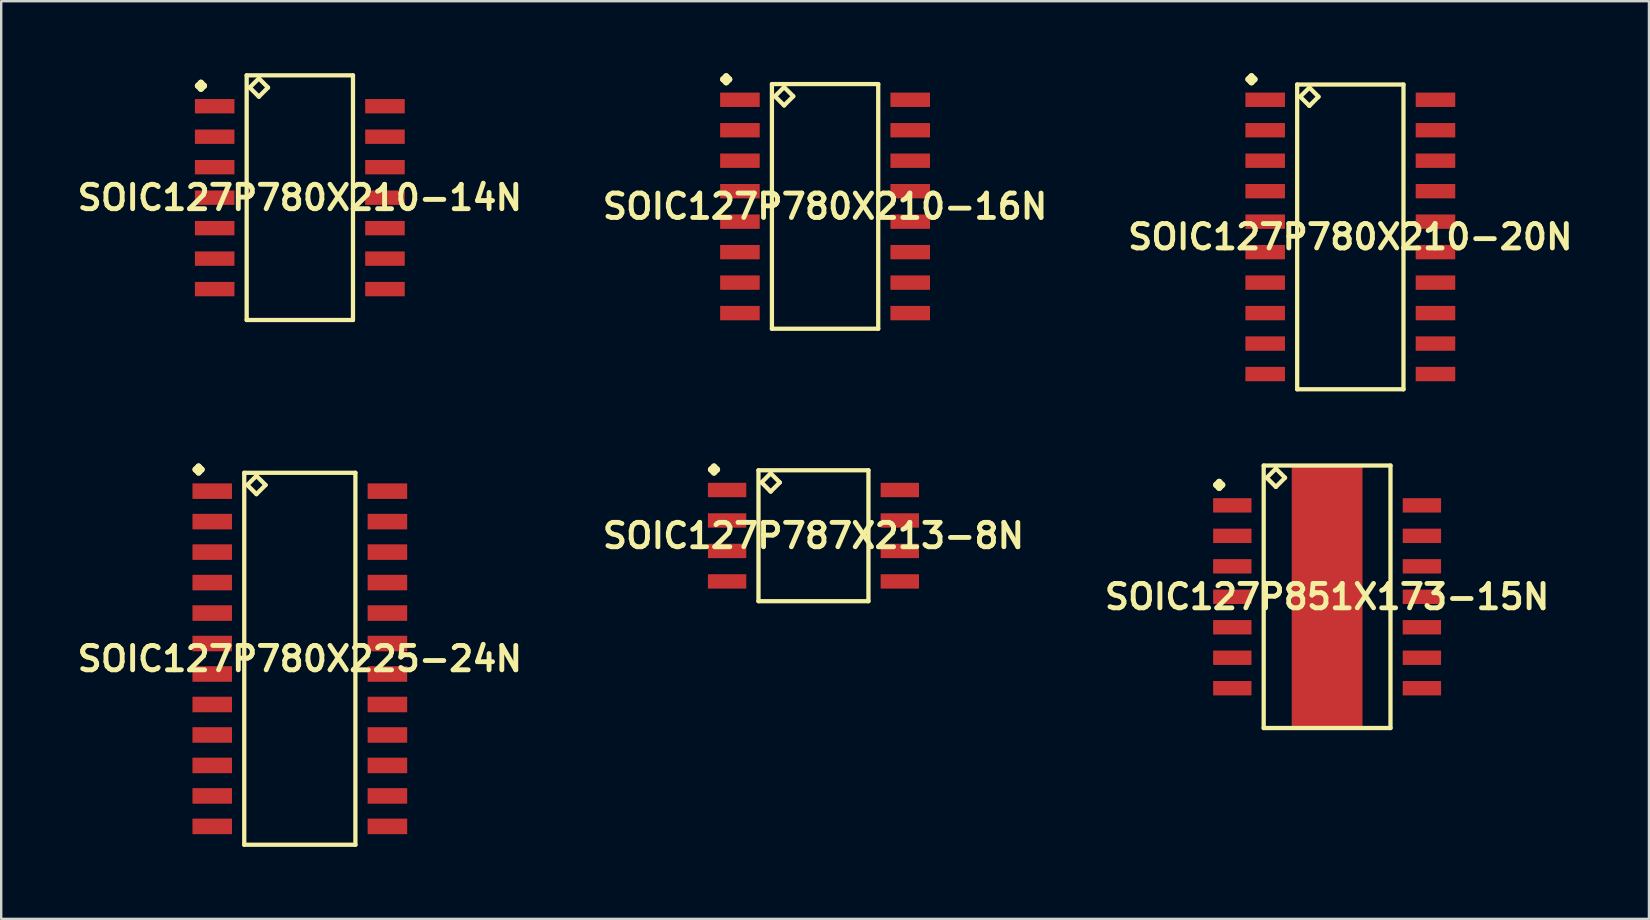
<source format=kicad_pcb>
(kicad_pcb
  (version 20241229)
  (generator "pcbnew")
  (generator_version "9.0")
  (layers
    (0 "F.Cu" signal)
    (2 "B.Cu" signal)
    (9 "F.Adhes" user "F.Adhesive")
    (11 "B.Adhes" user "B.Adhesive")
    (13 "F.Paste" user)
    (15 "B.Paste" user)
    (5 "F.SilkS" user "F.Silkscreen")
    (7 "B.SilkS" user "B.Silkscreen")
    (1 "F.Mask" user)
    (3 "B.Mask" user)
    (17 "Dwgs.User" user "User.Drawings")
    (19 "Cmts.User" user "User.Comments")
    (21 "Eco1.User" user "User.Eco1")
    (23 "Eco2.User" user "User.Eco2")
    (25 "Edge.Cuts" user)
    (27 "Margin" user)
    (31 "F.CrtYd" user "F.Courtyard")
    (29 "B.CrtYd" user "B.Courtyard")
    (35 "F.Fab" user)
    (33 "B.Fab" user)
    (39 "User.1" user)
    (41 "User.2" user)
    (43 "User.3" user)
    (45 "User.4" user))
  (footprint "SOIC127P780X225-24N"
    (layer "F.Cu")
    (at 9.444 24.402)
    (property "Reference" "SOIC127P780X225-24N" (at 0 0 0) (layer "F.SilkS") (effects (font (size 1.016 1.016) (thickness 0.203))))
    (attr smd)
    (fp_line (start -4.346 -7.887) (end -4.219 -8.014) (stroke (width 0.254) (type solid)) (layer "F.SilkS"))
    (fp_line (start -4.219 -8.014) (end -4.092 -7.887) (stroke (width 0.254) (type solid)) (layer "F.SilkS"))
    (fp_line (start -4.219 -7.76) (end -4.346 -7.887) (stroke (width 0.254) (type solid)) (layer "F.SilkS"))
    (fp_line (start -4.092 -7.887) (end -4.219 -7.76) (stroke (width 0.254) (type solid)) (layer "F.SilkS"))
    (fp_line (start -2.316 -7.75) (end -2.316 7.75) (stroke (width 0.178) (type solid)) (layer "F.SilkS"))
    (fp_line (start -2.316 7.75) (end 2.316 7.75) (stroke (width 0.178) (type solid)) (layer "F.SilkS"))
    (fp_line (start -2.189 -7.242) (end -1.808 -7.623) (stroke (width 0.178) (type solid)) (layer "F.SilkS"))
    (fp_line (start -1.808 -7.623) (end -1.427 -7.242) (stroke (width 0.178) (type solid)) (layer "F.SilkS"))
    (fp_line (start -1.808 -6.861) (end -2.189 -7.242) (stroke (width 0.178) (type solid)) (layer "F.SilkS"))
    (fp_line (start -1.427 -7.242) (end -1.808 -6.861) (stroke (width 0.178) (type solid)) (layer "F.SilkS"))
    (fp_line (start 2.316 -7.75) (end -2.316 -7.75) (stroke (width 0.178) (type solid)) (layer "F.SilkS"))
    (fp_line (start 2.316 7.75) (end 2.316 -7.75) (stroke (width 0.178) (type solid)) (layer "F.SilkS"))
    (pad "1" smd rect (at -3.65 -6.985) (size 1.648 0.648) (layers "F.Cu" "F.Mask" "F.Paste"))
    (pad "2" smd rect (at -3.65 -5.715) (size 1.648 0.648) (layers "F.Cu" "F.Mask" "F.Paste"))
    (pad "3" smd rect (at -3.65 -4.445) (size 1.648 0.648) (layers "F.Cu" "F.Mask" "F.Paste"))
    (pad "4" smd rect (at -3.65 -3.175) (size 1.648 0.648) (layers "F.Cu" "F.Mask" "F.Paste"))
    (pad "5" smd rect (at -3.65 -1.905) (size 1.648 0.648) (layers "F.Cu" "F.Mask" "F.Paste"))
    (pad "6" smd rect (at -3.65 -0.635) (size 1.648 0.648) (layers "F.Cu" "F.Mask" "F.Paste"))
    (pad "7" smd rect (at -3.65 0.635) (size 1.648 0.648) (layers "F.Cu" "F.Mask" "F.Paste"))
    (pad "8" smd rect (at -3.65 1.905) (size 1.648 0.648) (layers "F.Cu" "F.Mask" "F.Paste"))
    (pad "9" smd rect (at -3.65 3.175) (size 1.648 0.648) (layers "F.Cu" "F.Mask" "F.Paste"))
    (pad "10" smd rect (at -3.65 4.445) (size 1.648 0.648) (layers "F.Cu" "F.Mask" "F.Paste"))
    (pad "11" smd rect (at -3.65 5.715) (size 1.648 0.648) (layers "F.Cu" "F.Mask" "F.Paste"))
    (pad "12" smd rect (at -3.65 6.985) (size 1.648 0.648) (layers "F.Cu" "F.Mask" "F.Paste"))
    (pad "13" smd rect (at 3.65 6.985) (size 1.648 0.648) (layers "F.Cu" "F.Mask" "F.Paste"))
    (pad "14" smd rect (at 3.65 5.715) (size 1.648 0.648) (layers "F.Cu" "F.Mask" "F.Paste"))
    (pad "15" smd rect (at 3.65 4.445) (size 1.648 0.648) (layers "F.Cu" "F.Mask" "F.Paste"))
    (pad "16" smd rect (at 3.65 3.175) (size 1.648 0.648) (layers "F.Cu" "F.Mask" "F.Paste"))
    (pad "17" smd rect (at 3.65 1.905) (size 1.648 0.648) (layers "F.Cu" "F.Mask" "F.Paste"))
    (pad "18" smd rect (at 3.65 0.635) (size 1.648 0.648) (layers "F.Cu" "F.Mask" "F.Paste"))
    (pad "19" smd rect (at 3.65 -0.635) (size 1.648 0.648) (layers "F.Cu" "F.Mask" "F.Paste"))
    (pad "20" smd rect (at 3.65 -1.905) (size 1.648 0.648) (layers "F.Cu" "F.Mask" "F.Paste"))
    (pad "21" smd rect (at 3.65 -3.175) (size 1.648 0.648) (layers "F.Cu" "F.Mask" "F.Paste"))
    (pad "22" smd rect (at 3.65 -4.445) (size 1.648 0.648) (layers "F.Cu" "F.Mask" "F.Paste"))
    (pad "23" smd rect (at 3.65 -5.715) (size 1.648 0.648) (layers "F.Cu" "F.Mask" "F.Paste"))
    (pad "24" smd rect (at 3.65 -6.985) (size 1.648 0.648) (layers "F.Cu" "F.Mask" "F.Paste")))
  (footprint "SOIC127P787X213-8N"
    (layer "F.Cu")
    (at 30.848 19.274)
    (property "Reference" "SOIC127P787X213-8N" (at 0 0 0) (layer "F.SilkS") (effects (font (size 1.016 1.016) (thickness 0.203))))
    (attr smd)
    (fp_line (start -4.272 -2.758) (end -4.145 -2.885) (stroke (width 0.254) (type solid)) (layer "F.SilkS"))
    (fp_line (start -4.145 -2.885) (end -4.018 -2.758) (stroke (width 0.254) (type solid)) (layer "F.SilkS"))
    (fp_line (start -4.145 -2.631) (end -4.272 -2.758) (stroke (width 0.254) (type solid)) (layer "F.SilkS"))
    (fp_line (start -4.018 -2.758) (end -4.145 -2.631) (stroke (width 0.254) (type solid)) (layer "F.SilkS"))
    (fp_line (start -2.291 -2.728) (end -2.291 2.728) (stroke (width 0.178) (type solid)) (layer "F.SilkS"))
    (fp_line (start -2.291 2.728) (end 2.291 2.728) (stroke (width 0.178) (type solid)) (layer "F.SilkS"))
    (fp_line (start -2.164 -2.22) (end -1.783 -2.601) (stroke (width 0.178) (type solid)) (layer "F.SilkS"))
    (fp_line (start -1.783 -2.601) (end -1.402 -2.22) (stroke (width 0.178) (type solid)) (layer "F.SilkS"))
    (fp_line (start -1.783 -1.839) (end -2.164 -2.22) (stroke (width 0.178) (type solid)) (layer "F.SilkS"))
    (fp_line (start -1.402 -2.22) (end -1.783 -1.839) (stroke (width 0.178) (type solid)) (layer "F.SilkS"))
    (fp_line (start 2.291 -2.728) (end -2.291 -2.728) (stroke (width 0.178) (type solid)) (layer "F.SilkS"))
    (fp_line (start 2.291 2.728) (end 2.291 -2.728) (stroke (width 0.178) (type solid)) (layer "F.SilkS"))
    (pad "1" smd rect (at -3.599 -1.905) (size 1.598 0.599) (layers "F.Cu" "F.Mask" "F.Paste"))
    (pad "2" smd rect (at -3.599 -0.635) (size 1.598 0.599) (layers "F.Cu" "F.Mask" "F.Paste"))
    (pad "3" smd rect (at -3.599 0.635) (size 1.598 0.599) (layers "F.Cu" "F.Mask" "F.Paste"))
    (pad "4" smd rect (at -3.599 1.905) (size 1.598 0.599) (layers "F.Cu" "F.Mask" "F.Paste"))
    (pad "5" smd rect (at 3.599 1.905) (size 1.598 0.599) (layers "F.Cu" "F.Mask" "F.Paste"))
    (pad "6" smd rect (at 3.599 0.635) (size 1.598 0.599) (layers "F.Cu" "F.Mask" "F.Paste"))
    (pad "7" smd rect (at 3.599 -0.635) (size 1.598 0.599) (layers "F.Cu" "F.Mask" "F.Paste"))
    (pad "8" smd rect (at 3.599 -1.905) (size 1.598 0.599) (layers "F.Cu" "F.Mask" "F.Paste")))
  (footprint "SOIC127P851X173-15N"
    (layer "F.Cu")
    (at 52.252 21.819)
    (property "Reference" "SOIC127P851X173-15N" (at 0 0 0) (layer "F.SilkS") (effects (font (size 1.016 1.016) (thickness 0.203))))
    (attr smd)
    (fp_line (start -4.623 -4.663) (end -4.496 -4.79) (stroke (width 0.254) (type solid)) (layer "F.SilkS"))
    (fp_line (start -4.496 -4.79) (end -4.369 -4.663) (stroke (width 0.254) (type solid)) (layer "F.SilkS"))
    (fp_line (start -4.496 -4.536) (end -4.623 -4.663) (stroke (width 0.254) (type solid)) (layer "F.SilkS"))
    (fp_line (start -4.369 -4.663) (end -4.496 -4.536) (stroke (width 0.254) (type solid)) (layer "F.SilkS"))
    (fp_line (start -2.642 -5.469) (end -2.642 5.469) (stroke (width 0.178) (type solid)) (layer "F.SilkS"))
    (fp_line (start -2.642 5.469) (end 2.642 5.469) (stroke (width 0.178) (type solid)) (layer "F.SilkS"))
    (fp_line (start -2.515 -4.961) (end -2.134 -5.342) (stroke (width 0.178) (type solid)) (layer "F.SilkS"))
    (fp_line (start -2.134 -5.342) (end -1.753 -4.961) (stroke (width 0.178) (type solid)) (layer "F.SilkS"))
    (fp_line (start -2.134 -4.58) (end -2.515 -4.961) (stroke (width 0.178) (type solid)) (layer "F.SilkS"))
    (fp_line (start -1.753 -4.961) (end -2.134 -4.58) (stroke (width 0.178) (type solid)) (layer "F.SilkS"))
    (fp_line (start 2.642 -5.469) (end -2.642 -5.469) (stroke (width 0.178) (type solid)) (layer "F.SilkS"))
    (fp_line (start 2.642 5.469) (end 2.642 -5.469) (stroke (width 0.178) (type solid)) (layer "F.SilkS"))
    (pad "1" smd rect (at -3.95 -3.81) (size 1.598 0.599) (layers "F.Cu" "F.Mask" "F.Paste"))
    (pad "2" smd rect (at -3.95 -2.54) (size 1.598 0.599) (layers "F.Cu" "F.Mask" "F.Paste"))
    (pad "3" smd rect (at -3.95 -1.27) (size 1.598 0.599) (layers "F.Cu" "F.Mask" "F.Paste"))
    (pad "4" smd rect (at -3.95 0) (size 1.598 0.599) (layers "F.Cu" "F.Mask" "F.Paste"))
    (pad "5" smd rect (at -3.95 1.27) (size 1.598 0.599) (layers "F.Cu" "F.Mask" "F.Paste"))
    (pad "6" smd rect (at -3.95 2.54) (size 1.598 0.599) (layers "F.Cu" "F.Mask" "F.Paste"))
    (pad "7" smd rect (at -3.95 3.81) (size 1.598 0.599) (layers "F.Cu" "F.Mask" "F.Paste"))
    (pad "8" smd rect (at 3.95 3.81) (size 1.598 0.599) (layers "F.Cu" "F.Mask" "F.Paste"))
    (pad "9" smd rect (at 3.95 2.54) (size 1.598 0.599) (layers "F.Cu" "F.Mask" "F.Paste"))
    (pad "10" smd rect (at 3.95 1.27) (size 1.598 0.599) (layers "F.Cu" "F.Mask" "F.Paste"))
    (pad "11" smd rect (at 3.95 0) (size 1.598 0.599) (layers "F.Cu" "F.Mask" "F.Paste"))
    (pad "12" smd rect (at 3.95 -1.27) (size 1.598 0.599) (layers "F.Cu" "F.Mask" "F.Paste"))
    (pad "13" smd rect (at 3.95 -2.54) (size 1.598 0.599) (layers "F.Cu" "F.Mask" "F.Paste"))
    (pad "14" smd rect (at 3.95 -3.81) (size 1.598 0.599) (layers "F.Cu" "F.Mask" "F.Paste"))
    (pad "15" smd rect (at 0 0) (size 2.949 10.899) (layers "F.Cu" "F.Mask" "F.Paste")))
  (footprint "SOIC127P780X210-20N"
    (layer "F.Cu")
    (at 53.22 6.822)
    (property "Reference" "SOIC127P780X210-20N" (at 0 0 0) (layer "F.SilkS") (effects (font (size 1.016 1.016) (thickness 0.203))))
    (attr smd)
    (fp_line (start -4.247 -6.568) (end -4.12 -6.695) (stroke (width 0.254) (type solid)) (layer "F.SilkS"))
    (fp_line (start -4.12 -6.695) (end -3.993 -6.568) (stroke (width 0.254) (type solid)) (layer "F.SilkS"))
    (fp_line (start -4.12 -6.441) (end -4.247 -6.568) (stroke (width 0.254) (type solid)) (layer "F.SilkS"))
    (fp_line (start -3.993 -6.568) (end -4.12 -6.441) (stroke (width 0.254) (type solid)) (layer "F.SilkS"))
    (fp_line (start -2.215 -6.35) (end -2.215 6.35) (stroke (width 0.178) (type solid)) (layer "F.SilkS"))
    (fp_line (start -2.215 6.35) (end 2.215 6.35) (stroke (width 0.178) (type solid)) (layer "F.SilkS"))
    (fp_line (start -2.088 -5.842) (end -1.707 -6.223) (stroke (width 0.178) (type solid)) (layer "F.SilkS"))
    (fp_line (start -1.707 -6.223) (end -1.326 -5.842) (stroke (width 0.178) (type solid)) (layer "F.SilkS"))
    (fp_line (start -1.707 -5.461) (end -2.088 -5.842) (stroke (width 0.178) (type solid)) (layer "F.SilkS"))
    (fp_line (start -1.326 -5.842) (end -1.707 -5.461) (stroke (width 0.178) (type solid)) (layer "F.SilkS"))
    (fp_line (start 2.215 -6.35) (end -2.215 -6.35) (stroke (width 0.178) (type solid)) (layer "F.SilkS"))
    (fp_line (start 2.215 6.35) (end 2.215 -6.35) (stroke (width 0.178) (type solid)) (layer "F.SilkS"))
    (pad "1" smd rect (at -3.548 -5.715) (size 1.648 0.599) (layers "F.Cu" "F.Mask" "F.Paste"))
    (pad "2" smd rect (at -3.548 -4.445) (size 1.648 0.599) (layers "F.Cu" "F.Mask" "F.Paste"))
    (pad "3" smd rect (at -3.548 -3.175) (size 1.648 0.599) (layers "F.Cu" "F.Mask" "F.Paste"))
    (pad "4" smd rect (at -3.548 -1.905) (size 1.648 0.599) (layers "F.Cu" "F.Mask" "F.Paste"))
    (pad "5" smd rect (at -3.548 -0.635) (size 1.648 0.599) (layers "F.Cu" "F.Mask" "F.Paste"))
    (pad "6" smd rect (at -3.548 0.635) (size 1.648 0.599) (layers "F.Cu" "F.Mask" "F.Paste"))
    (pad "7" smd rect (at -3.548 1.905) (size 1.648 0.599) (layers "F.Cu" "F.Mask" "F.Paste"))
    (pad "8" smd rect (at -3.548 3.175) (size 1.648 0.599) (layers "F.Cu" "F.Mask" "F.Paste"))
    (pad "9" smd rect (at -3.548 4.445) (size 1.648 0.599) (layers "F.Cu" "F.Mask" "F.Paste"))
    (pad "10" smd rect (at -3.548 5.715) (size 1.648 0.599) (layers "F.Cu" "F.Mask" "F.Paste"))
    (pad "11" smd rect (at 3.548 5.715) (size 1.648 0.599) (layers "F.Cu" "F.Mask" "F.Paste"))
    (pad "12" smd rect (at 3.548 4.445) (size 1.648 0.599) (layers "F.Cu" "F.Mask" "F.Paste"))
    (pad "13" smd rect (at 3.548 3.175) (size 1.648 0.599) (layers "F.Cu" "F.Mask" "F.Paste"))
    (pad "14" smd rect (at 3.548 1.905) (size 1.648 0.599) (layers "F.Cu" "F.Mask" "F.Paste"))
    (pad "15" smd rect (at 3.548 0.635) (size 1.648 0.599) (layers "F.Cu" "F.Mask" "F.Paste"))
    (pad "16" smd rect (at 3.548 -0.635) (size 1.648 0.599) (layers "F.Cu" "F.Mask" "F.Paste"))
    (pad "17" smd rect (at 3.548 -1.905) (size 1.648 0.599) (layers "F.Cu" "F.Mask" "F.Paste"))
    (pad "18" smd rect (at 3.548 -3.175) (size 1.648 0.599) (layers "F.Cu" "F.Mask" "F.Paste"))
    (pad "19" smd rect (at 3.548 -4.445) (size 1.648 0.599) (layers "F.Cu" "F.Mask" "F.Paste"))
    (pad "20" smd rect (at 3.548 -5.715) (size 1.648 0.599) (layers "F.Cu" "F.Mask" "F.Paste")))
  (footprint "SOIC127P780X210-14N"
    (layer "F.Cu")
    (at 9.444 5.187)
    (property "Reference" "SOIC127P780X210-14N" (at 0 0 0) (layer "F.SilkS") (effects (font (size 1.016 1.016) (thickness 0.203))))
    (attr smd)
    (fp_line (start -4.247 -4.663) (end -4.12 -4.79) (stroke (width 0.254) (type solid)) (layer "F.SilkS"))
    (fp_line (start -4.12 -4.79) (end -3.993 -4.663) (stroke (width 0.254) (type solid)) (layer "F.SilkS"))
    (fp_line (start -4.12 -4.536) (end -4.247 -4.663) (stroke (width 0.254) (type solid)) (layer "F.SilkS"))
    (fp_line (start -3.993 -4.663) (end -4.12 -4.536) (stroke (width 0.254) (type solid)) (layer "F.SilkS"))
    (fp_line (start -2.215 -5.098) (end -2.215 5.098) (stroke (width 0.178) (type solid)) (layer "F.SilkS"))
    (fp_line (start -2.215 5.098) (end 2.215 5.098) (stroke (width 0.178) (type solid)) (layer "F.SilkS"))
    (fp_line (start -2.088 -4.59) (end -1.707 -4.971) (stroke (width 0.178) (type solid)) (layer "F.SilkS"))
    (fp_line (start -1.707 -4.971) (end -1.326 -4.59) (stroke (width 0.178) (type solid)) (layer "F.SilkS"))
    (fp_line (start -1.707 -4.209) (end -2.088 -4.59) (stroke (width 0.178) (type solid)) (layer "F.SilkS"))
    (fp_line (start -1.326 -4.59) (end -1.707 -4.209) (stroke (width 0.178) (type solid)) (layer "F.SilkS"))
    (fp_line (start 2.215 -5.098) (end -2.215 -5.098) (stroke (width 0.178) (type solid)) (layer "F.SilkS"))
    (fp_line (start 2.215 5.098) (end 2.215 -5.098) (stroke (width 0.178) (type solid)) (layer "F.SilkS"))
    (pad "1" smd rect (at -3.548 -3.81) (size 1.648 0.599) (layers "F.Cu" "F.Mask" "F.Paste"))
    (pad "2" smd rect (at -3.548 -2.54) (size 1.648 0.599) (layers "F.Cu" "F.Mask" "F.Paste"))
    (pad "3" smd rect (at -3.548 -1.27) (size 1.648 0.599) (layers "F.Cu" "F.Mask" "F.Paste"))
    (pad "4" smd rect (at -3.548 0) (size 1.648 0.599) (layers "F.Cu" "F.Mask" "F.Paste"))
    (pad "5" smd rect (at -3.548 1.27) (size 1.648 0.599) (layers "F.Cu" "F.Mask" "F.Paste"))
    (pad "6" smd rect (at -3.548 2.54) (size 1.648 0.599) (layers "F.Cu" "F.Mask" "F.Paste"))
    (pad "7" smd rect (at -3.548 3.81) (size 1.648 0.599) (layers "F.Cu" "F.Mask" "F.Paste"))
    (pad "8" smd rect (at 3.548 3.81) (size 1.648 0.599) (layers "F.Cu" "F.Mask" "F.Paste"))
    (pad "9" smd rect (at 3.548 2.54) (size 1.648 0.599) (layers "F.Cu" "F.Mask" "F.Paste"))
    (pad "10" smd rect (at 3.548 1.27) (size 1.648 0.599) (layers "F.Cu" "F.Mask" "F.Paste"))
    (pad "11" smd rect (at 3.548 0) (size 1.648 0.599) (layers "F.Cu" "F.Mask" "F.Paste"))
    (pad "12" smd rect (at 3.548 -1.27) (size 1.648 0.599) (layers "F.Cu" "F.Mask" "F.Paste"))
    (pad "13" smd rect (at 3.548 -2.54) (size 1.648 0.599) (layers "F.Cu" "F.Mask" "F.Paste"))
    (pad "14" smd rect (at 3.548 -3.81) (size 1.648 0.599) (layers "F.Cu" "F.Mask" "F.Paste")))
  (footprint "SOIC127P780X210-16N"
    (layer "F.Cu")
    (at 31.332 5.552)
    (property "Reference" "SOIC127P780X210-16N" (at 0 0 0) (layer "F.SilkS") (effects (font (size 1.016 1.016) (thickness 0.203))))
    (attr smd)
    (fp_line (start -4.247 -5.298) (end -4.12 -5.425) (stroke (width 0.254) (type solid)) (layer "F.SilkS"))
    (fp_line (start -4.12 -5.425) (end -3.993 -5.298) (stroke (width 0.254) (type solid)) (layer "F.SilkS"))
    (fp_line (start -4.12 -5.171) (end -4.247 -5.298) (stroke (width 0.254) (type solid)) (layer "F.SilkS"))
    (fp_line (start -3.993 -5.298) (end -4.12 -5.171) (stroke (width 0.254) (type solid)) (layer "F.SilkS"))
    (fp_line (start -2.215 -5.098) (end -2.215 5.098) (stroke (width 0.178) (type solid)) (layer "F.SilkS"))
    (fp_line (start -2.215 5.098) (end 2.215 5.098) (stroke (width 0.178) (type solid)) (layer "F.SilkS"))
    (fp_line (start -2.088 -4.59) (end -1.707 -4.971) (stroke (width 0.178) (type solid)) (layer "F.SilkS"))
    (fp_line (start -1.707 -4.971) (end -1.326 -4.59) (stroke (width 0.178) (type solid)) (layer "F.SilkS"))
    (fp_line (start -1.707 -4.209) (end -2.088 -4.59) (stroke (width 0.178) (type solid)) (layer "F.SilkS"))
    (fp_line (start -1.326 -4.59) (end -1.707 -4.209) (stroke (width 0.178) (type solid)) (layer "F.SilkS"))
    (fp_line (start 2.215 -5.098) (end -2.215 -5.098) (stroke (width 0.178) (type solid)) (layer "F.SilkS"))
    (fp_line (start 2.215 5.098) (end 2.215 -5.098) (stroke (width 0.178) (type solid)) (layer "F.SilkS"))
    (pad "1" smd rect (at -3.548 -4.445) (size 1.648 0.599) (layers "F.Cu" "F.Mask" "F.Paste"))
    (pad "2" smd rect (at -3.548 -3.175) (size 1.648 0.599) (layers "F.Cu" "F.Mask" "F.Paste"))
    (pad "3" smd rect (at -3.548 -1.905) (size 1.648 0.599) (layers "F.Cu" "F.Mask" "F.Paste"))
    (pad "4" smd rect (at -3.548 -0.635) (size 1.648 0.599) (layers "F.Cu" "F.Mask" "F.Paste"))
    (pad "5" smd rect (at -3.548 0.635) (size 1.648 0.599) (layers "F.Cu" "F.Mask" "F.Paste"))
    (pad "6" smd rect (at -3.548 1.905) (size 1.648 0.599) (layers "F.Cu" "F.Mask" "F.Paste"))
    (pad "7" smd rect (at -3.548 3.175) (size 1.648 0.599) (layers "F.Cu" "F.Mask" "F.Paste"))
    (pad "8" smd rect (at -3.548 4.445) (size 1.648 0.599) (layers "F.Cu" "F.Mask" "F.Paste"))
    (pad "9" smd rect (at 3.548 4.445) (size 1.648 0.599) (layers "F.Cu" "F.Mask" "F.Paste"))
    (pad "10" smd rect (at 3.548 3.175) (size 1.648 0.599) (layers "F.Cu" "F.Mask" "F.Paste"))
    (pad "11" smd rect (at 3.548 1.905) (size 1.648 0.599) (layers "F.Cu" "F.Mask" "F.Paste"))
    (pad "12" smd rect (at 3.548 0.635) (size 1.648 0.599) (layers "F.Cu" "F.Mask" "F.Paste"))
    (pad "13" smd rect (at 3.548 -0.635) (size 1.648 0.599) (layers "F.Cu" "F.Mask" "F.Paste"))
    (pad "14" smd rect (at 3.548 -1.905) (size 1.648 0.599) (layers "F.Cu" "F.Mask" "F.Paste"))
    (pad "15" smd rect (at 3.548 -3.175) (size 1.648 0.599) (layers "F.Cu" "F.Mask" "F.Paste"))
    (pad "16" smd rect (at 3.548 -4.445) (size 1.648 0.599) (layers "F.Cu" "F.Mask" "F.Paste")))
  (gr_rect
    (start -3 -3)
    (end 65.664 35.24)
    (stroke (width 0.1) (type default))
    (fill no)
    (layer "Edge.Cuts")))
</source>
